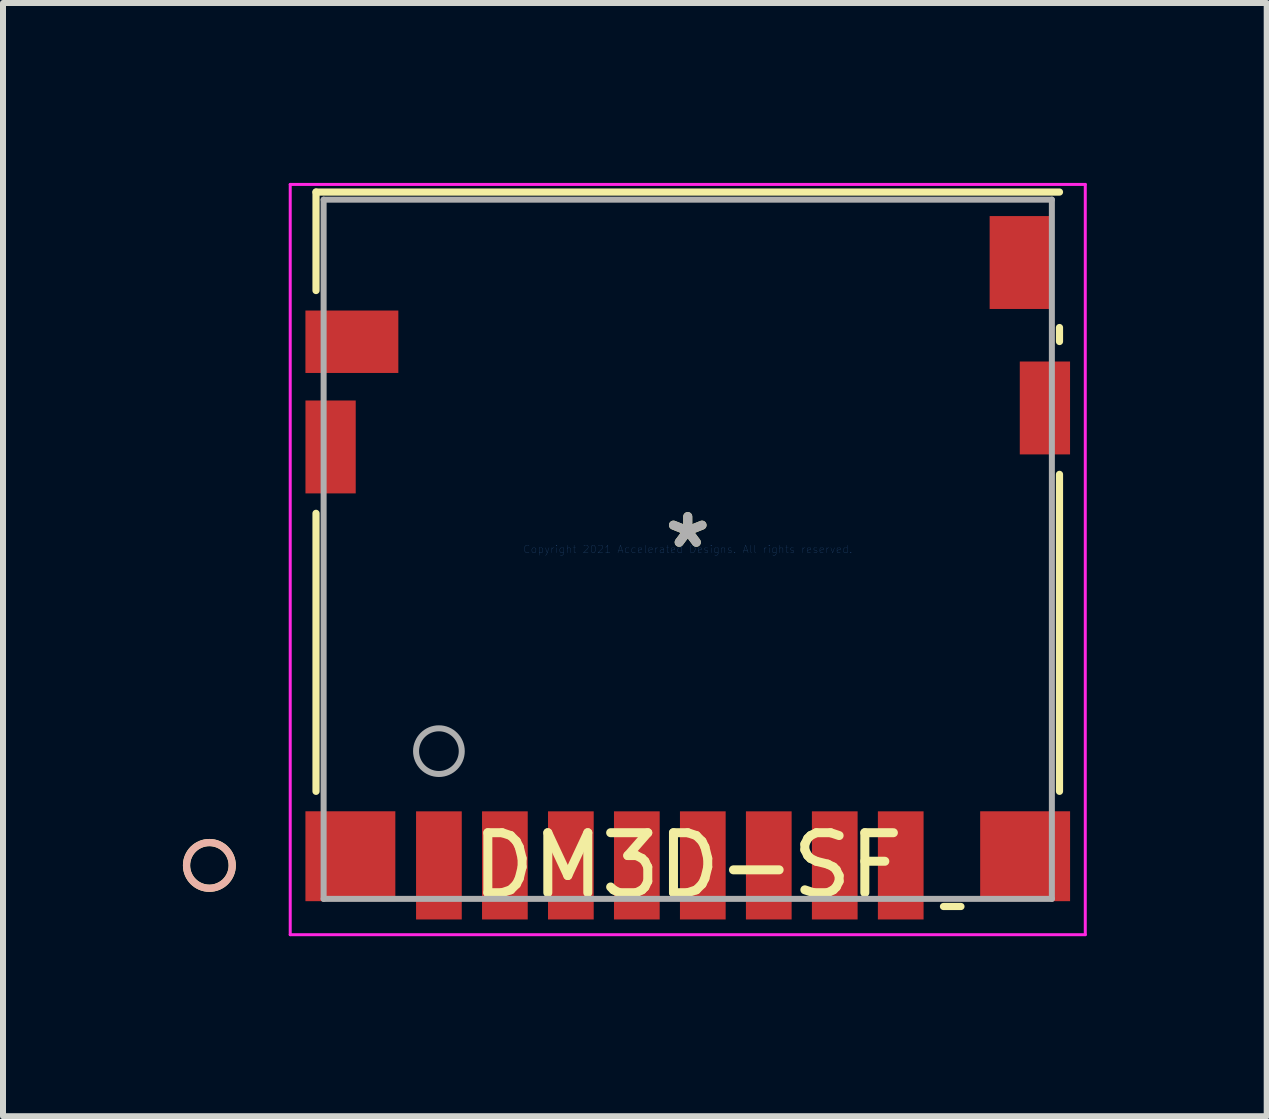
<source format=kicad_pcb>
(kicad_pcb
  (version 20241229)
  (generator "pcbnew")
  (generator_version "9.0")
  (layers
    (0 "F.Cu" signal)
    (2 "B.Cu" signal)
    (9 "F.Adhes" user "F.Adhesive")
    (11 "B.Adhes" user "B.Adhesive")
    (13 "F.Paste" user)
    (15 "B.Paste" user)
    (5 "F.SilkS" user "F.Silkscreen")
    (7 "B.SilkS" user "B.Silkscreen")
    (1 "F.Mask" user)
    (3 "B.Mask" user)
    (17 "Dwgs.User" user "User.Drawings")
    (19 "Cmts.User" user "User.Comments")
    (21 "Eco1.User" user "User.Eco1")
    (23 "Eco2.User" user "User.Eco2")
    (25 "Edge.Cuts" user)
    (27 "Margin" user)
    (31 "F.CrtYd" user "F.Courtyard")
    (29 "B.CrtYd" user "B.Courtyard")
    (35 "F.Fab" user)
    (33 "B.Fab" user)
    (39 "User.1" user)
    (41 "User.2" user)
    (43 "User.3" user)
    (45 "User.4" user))
  (footprint "DM3D-SF"
    (layer "F.Cu")
    (at 8.417 6.108)
    (property "Reference" "DM3D-SF" (at 0 5.271 0) (layer "F.SilkS") (effects (font (size 1 1) (thickness 0.15))))
    (attr through_hole)
    (fp_line (start -6.198 -5.956) (end -6.198 -4.314) (stroke (width 0.12) (type solid)) (layer "F.SilkS"))
    (fp_line (start -6.198 -0.599) (end -6.198 4.036) (stroke (width 0.12) (type solid)) (layer "F.SilkS"))
    (fp_line (start 4.264 5.956) (end 4.555 5.956) (stroke (width 0.12) (type solid)) (layer "F.SilkS"))
    (fp_line (start 6.198 -5.956) (end -6.198 -5.956) (stroke (width 0.12) (type solid)) (layer "F.SilkS"))
    (fp_line (start 6.198 -3.464) (end 6.198 -3.697) (stroke (width 0.12) (type solid)) (layer "F.SilkS"))
    (fp_line (start 6.198 4.036) (end 6.198 -1.249) (stroke (width 0.12) (type solid)) (layer "F.SilkS"))
    (fp_circle (center -7.976 5.271) (end -7.595 5.271) (stroke (width 0.12) (type solid)) (fill no) (layer "F.SilkS"))
    (fp_circle (center -7.976 5.271) (end -7.595 5.271) (stroke (width 0.12) (type solid)) (fill no) (layer "B.SilkS"))
    (fp_line (start -6.628 -6.083) (end -6.628 6.426) (stroke (width 0.05) (type solid)) (layer "F.CrtYd"))
    (fp_line (start -6.628 6.426) (end 6.628 6.426) (stroke (width 0.05) (type solid)) (layer "F.CrtYd"))
    (fp_line (start 6.628 -6.083) (end -6.628 -6.083) (stroke (width 0.05) (type solid)) (layer "F.CrtYd"))
    (fp_line (start 6.628 6.426) (end 6.628 -6.083) (stroke (width 0.05) (type solid)) (layer "F.CrtYd"))
    (fp_line (start -6.071 -5.829) (end -6.071 5.829) (stroke (width 0.1) (type solid)) (layer "F.Fab"))
    (fp_line (start -6.071 5.829) (end 6.071 5.829) (stroke (width 0.1) (type solid)) (layer "F.Fab"))
    (fp_line (start 6.071 -5.829) (end -6.071 -5.829) (stroke (width 0.1) (type solid)) (layer "F.Fab"))
    (fp_line (start 6.071 5.829) (end 6.071 -5.829) (stroke (width 0.1) (type solid)) (layer "F.Fab"))
    (fp_circle (center -4.149 3.366) (end -3.768 3.366) (stroke (width 0.1) (type solid)) (fill no) (layer "F.Fab"))
    (fp_text user "*" (at 0 0 0) (layer "F.SilkS") (effects (font (size 1 1) (thickness 0.15))))
    (fp_text user "Copyright 2021 Accelerated Designs. All rights reserved." (at 0 0 0) (layer "Cmts.User") (effects (font (size 0.127 0.127) (thickness 0.002))))
    (fp_text user "*" (at 0 0 0) (layer "F.Fab") (effects (font (size 1 1) (thickness 0.15))))
    (pad "1" smd rect (at -4.149 5.271) (size 0.762 1.803) (layers "F.Cu" "F.Mask" "F.Paste"))
    (pad "2" smd rect (at -3.049 5.271) (size 0.762 1.803) (layers "F.Cu" "F.Mask" "F.Paste"))
    (pad "3" smd rect (at -1.949 5.271) (size 0.762 1.803) (layers "F.Cu" "F.Mask" "F.Paste"))
    (pad "4" smd rect (at -0.849 5.271) (size 0.762 1.803) (layers "F.Cu" "F.Mask" "F.Paste"))
    (pad "5" smd rect (at 0.251 5.271) (size 0.762 1.803) (layers "F.Cu" "F.Mask" "F.Paste"))
    (pad "6" smd rect (at 1.351 5.271) (size 0.762 1.803) (layers "F.Cu" "F.Mask" "F.Paste"))
    (pad "7" smd rect (at 2.451 5.271) (size 0.762 1.803) (layers "F.Cu" "F.Mask" "F.Paste"))
    (pad "8" smd rect (at 3.551 5.271) (size 0.762 1.803) (layers "F.Cu" "F.Mask" "F.Paste"))
    (pad "9" smd rect (at -5.625 5.118 90) (size 1.499 1.499) (layers "F.Cu" "F.Mask" "F.Paste"))
    (pad "10" smd rect (at 5.625 5.118 90) (size 1.499 1.499) (layers "F.Cu" "F.Mask" "F.Paste"))
    (pad "11" smd rect (at -5.955 -1.706 90) (size 1.549 0.838) (layers "F.Cu" "F.Mask" "F.Paste"))
    (pad "12" smd rect (at 5.955 -2.356 90) (size 1.549 0.838) (layers "F.Cu" "F.Mask" "F.Paste"))
    (pad "13" smd rect (at -5.6 -3.46) (size 1.549 1.041) (layers "F.Cu" "F.Mask" "F.Paste"))
    (pad "14" smd rect (at 5.554 -4.781) (size 1.041 1.549) (layers "F.Cu" "F.Mask" "F.Paste")))
  (gr_rect
    (start -3 -3)
    (end 18.07 15.56)
    (stroke (width 0.1) (type default))
    (fill no)
    (layer "Edge.Cuts")))
</source>
